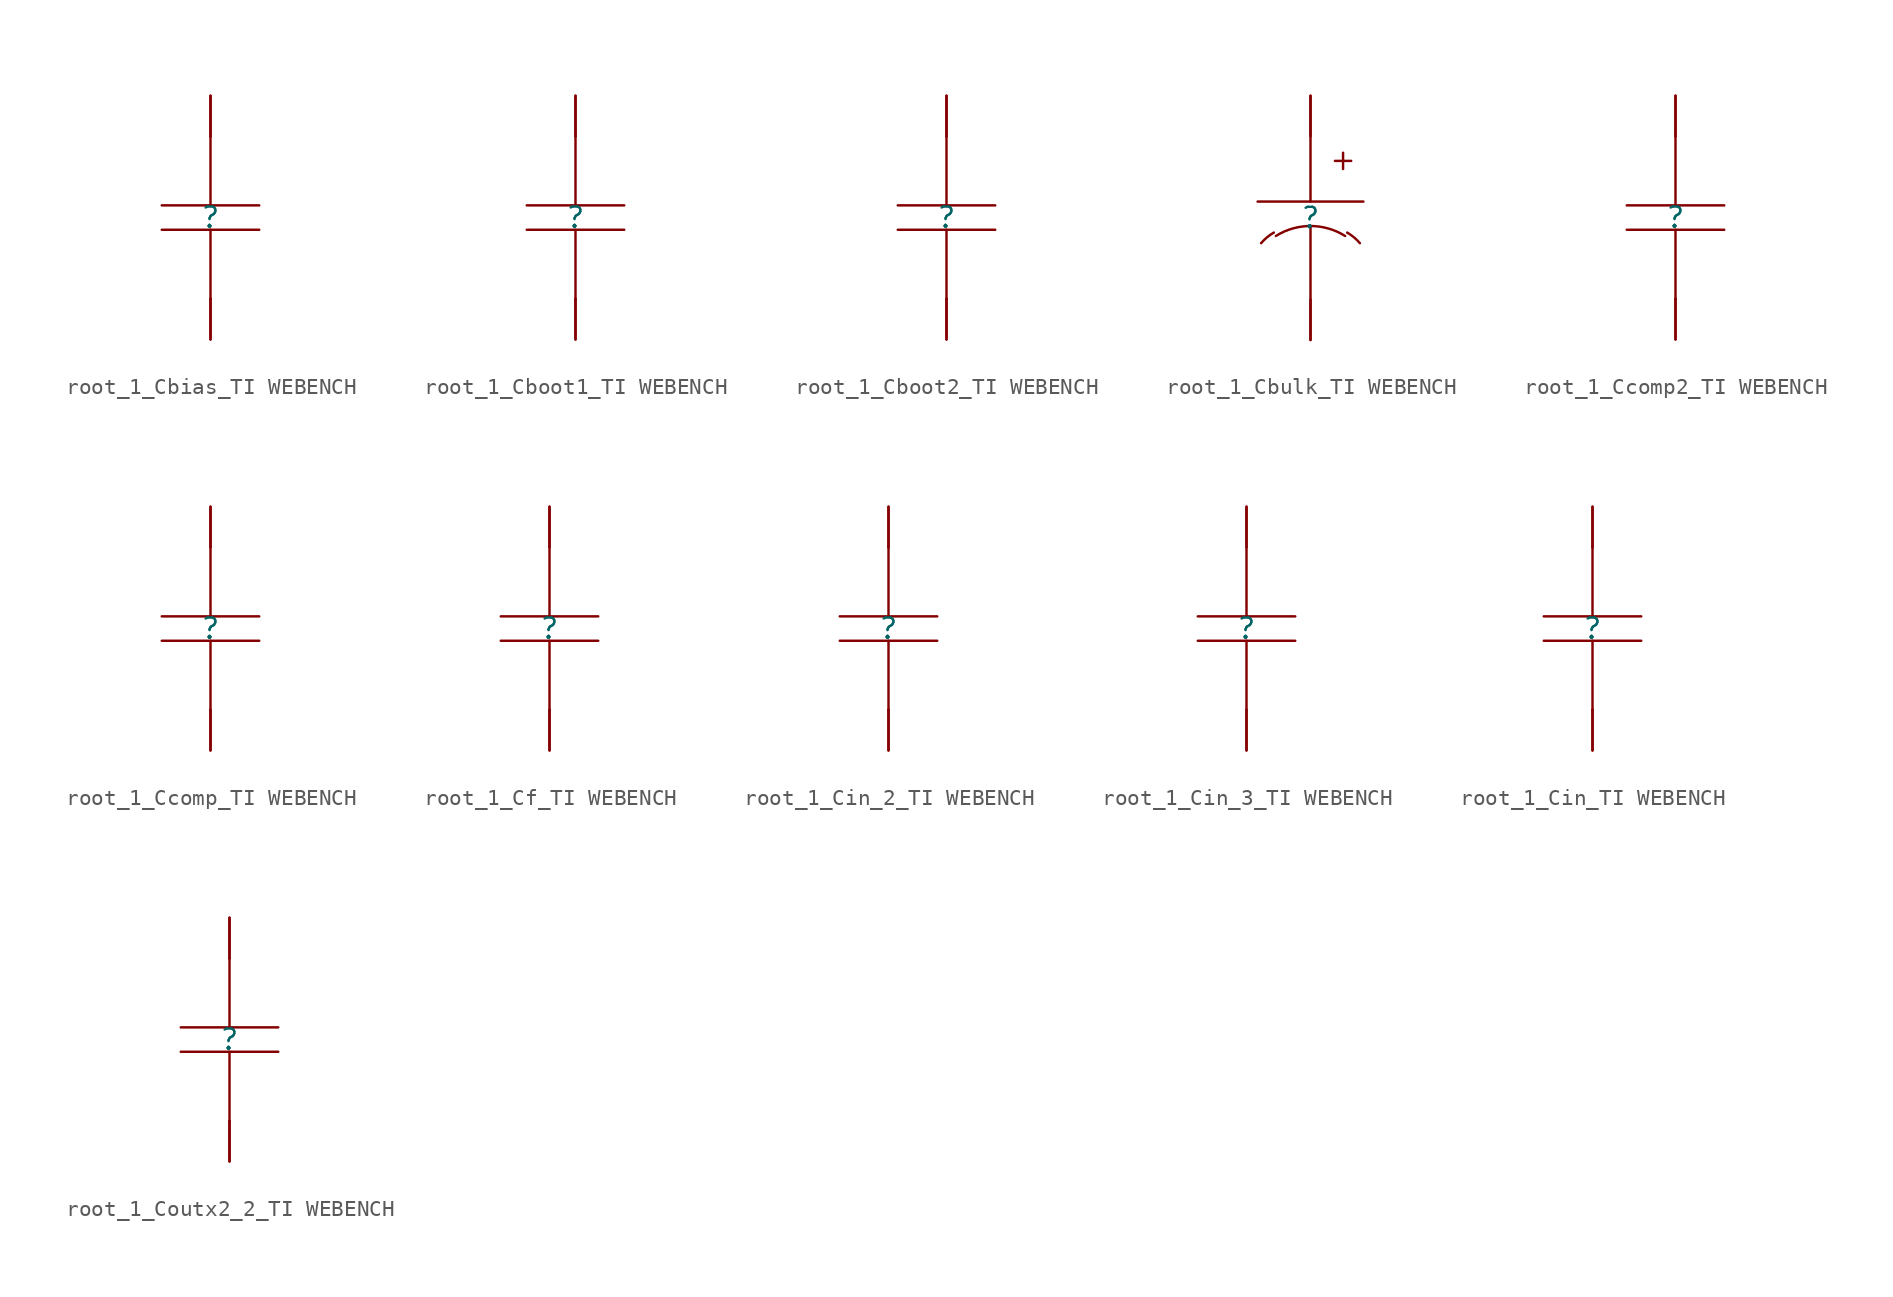
<source format=kicad_sym>
(kicad_symbol_lib
  (version 20241209)
  (generator "kicad_symbol_editor")
  (generator_version "9.0")
  (symbol "root_1_Cbias_TI WEBENCH"
    (pin_numbers
      (hide yes))
    (pin_names
      (hide yes))
    (property "Reference" ""
      (at 0 0 0)
      (effects (font (size 1.27 1.27))))
    (property "Value" ""
      (at 0 0 0)
      (effects (font (size 1.27 1.27))))
    (symbol "root_1_Cbias_TI WEBENCH_1_0"
      (polyline (pts (xy 0 7.62) (xy 0 5.08)) (stroke (width 0) (type solid)) (fill (type none)))
      (polyline (pts (xy 0 0.762) (xy 0 5.08)) (stroke (width 0) (type solid)) (fill (type none)))
      (polyline (pts (xy 0 -5.08) (xy 0 -0.762)) (stroke (width 0) (type solid)) (fill (type none)))
      (polyline (pts (xy 0 -7.62) (xy 0 -5.08)) (stroke (width 0) (type solid)) (fill (type none)))
      (polyline (pts (xy 3.048 0.762) (xy -3.048 0.762)) (stroke (width 0) (type solid)) (fill (type none)))
      (polyline (pts (xy 3.048 -0.762) (xy -3.048 -0.762)) (stroke (width 0) (type solid)) (fill (type none)))
      (pin passive line (at 0 7.62 270) (length 2.54) (name "1" (effects (font (size 1.27 1.27)))) (number "1" (effects (font (size 1.27 1.27)))))
      (pin passive line (at 0 -7.62 90) (length 2.54) (name "2" (effects (font (size 1.27 1.27)))) (number "2" (effects (font (size 1.27 1.27)))))))
  (symbol "root_1_Cboot1_TI WEBENCH"
    (pin_numbers
      (hide yes))
    (pin_names
      (hide yes))
    (property "Reference" ""
      (at 0 0 0)
      (effects (font (size 1.27 1.27))))
    (property "Value" ""
      (at 0 0 0)
      (effects (font (size 1.27 1.27))))
    (symbol "root_1_Cboot1_TI WEBENCH_1_0"
      (polyline (pts (xy 0 7.62) (xy 0 5.08)) (stroke (width 0) (type solid)) (fill (type none)))
      (polyline (pts (xy 0 0.762) (xy 0 5.08)) (stroke (width 0) (type solid)) (fill (type none)))
      (polyline (pts (xy 0 -5.08) (xy 0 -0.762)) (stroke (width 0) (type solid)) (fill (type none)))
      (polyline (pts (xy 0 -7.62) (xy 0 -5.08)) (stroke (width 0) (type solid)) (fill (type none)))
      (polyline (pts (xy 3.048 0.762) (xy -3.048 0.762)) (stroke (width 0) (type solid)) (fill (type none)))
      (polyline (pts (xy 3.048 -0.762) (xy -3.048 -0.762)) (stroke (width 0) (type solid)) (fill (type none)))
      (pin passive line (at 0 7.62 270) (length 2.54) (name "1" (effects (font (size 1.27 1.27)))) (number "1" (effects (font (size 1.27 1.27)))))
      (pin passive line (at 0 -7.62 90) (length 2.54) (name "2" (effects (font (size 1.27 1.27)))) (number "2" (effects (font (size 1.27 1.27)))))))
  (symbol "root_1_Cboot2_TI WEBENCH"
    (pin_numbers
      (hide yes))
    (pin_names
      (hide yes))
    (property "Reference" ""
      (at 0 0 0)
      (effects (font (size 1.27 1.27))))
    (property "Value" ""
      (at 0 0 0)
      (effects (font (size 1.27 1.27))))
    (symbol "root_1_Cboot2_TI WEBENCH_1_0"
      (polyline (pts (xy 0 7.62) (xy 0 5.08)) (stroke (width 0) (type solid)) (fill (type none)))
      (polyline (pts (xy 0 0.762) (xy 0 5.08)) (stroke (width 0) (type solid)) (fill (type none)))
      (polyline (pts (xy 0 -5.08) (xy 0 -0.762)) (stroke (width 0) (type solid)) (fill (type none)))
      (polyline (pts (xy 0 -7.62) (xy 0 -5.08)) (stroke (width 0) (type solid)) (fill (type none)))
      (polyline (pts (xy 3.048 0.762) (xy -3.048 0.762)) (stroke (width 0) (type solid)) (fill (type none)))
      (polyline (pts (xy 3.048 -0.762) (xy -3.048 -0.762)) (stroke (width 0) (type solid)) (fill (type none)))
      (pin passive line (at 0 7.62 270) (length 2.54) (name "1" (effects (font (size 1.27 1.27)))) (number "1" (effects (font (size 1.27 1.27)))))
      (pin passive line (at 0 -7.62 90) (length 2.54) (name "2" (effects (font (size 1.27 1.27)))) (number "2" (effects (font (size 1.27 1.27)))))))
  (symbol "root_1_Cbulk_TI WEBENCH"
    (pin_numbers
      (hide yes))
    (pin_names
      (hide yes))
    (property "Reference" ""
      (at 0 0 0)
      (effects (font (size 1.27 1.27))))
    (property "Value" ""
      (at 0 0 0)
      (effects (font (size 1.27 1.27))))
    (symbol "root_1_Cbulk_TI WEBENCH_1_0"
      (arc (start -3.0825 -1.5797) (mid -2.7133 -1.2144) (end -2.2874 -0.9172) (stroke (width 0) (type solid)) (fill (type none)))
      (polyline (pts (xy 0 1.016) (xy 0 7.62)) (stroke (width 0) (type solid)) (fill (type none)))
      (arc (start -2.1608 -1.1301) (mid -1.0877 -0.6563) (end 0.076 -0.5087) (stroke (width 0) (type solid)) (fill (type none)))
      (arc (start -0.076 -0.5087) (mid 1.0877 -0.6563) (end 2.1608 -1.1301) (stroke (width 0) (type solid)) (fill (type none)))
      (polyline (pts (xy 0 -7.62) (xy 0 -0.508)) (stroke (width 0) (type solid)) (fill (type none)))
      (arc (start 2.2874 -0.9172) (mid 2.7133 -1.2145) (end 3.0825 -1.5797) (stroke (width 0) (type solid)) (fill (type none)))
      (polyline (pts (xy 2.032 3.048) (xy 2.032 4.064)) (stroke (width 0) (type solid)) (fill (type none)))
      (polyline (pts (xy 2.54 3.556) (xy 1.524 3.556)) (stroke (width 0) (type solid)) (fill (type none)))
      (polyline (pts (xy 3.302 1.016) (xy -3.302 1.016)) (stroke (width 0) (type solid)) (fill (type none)))
      (pin passive line (at 0 7.62 270) (length 2.54) (name "+" (effects (font (size 1.27 1.27)))) (number "1" (effects (font (size 1.27 1.27)))))
      (pin passive line (at 0 -7.62 90) (length 2.54) (name "-" (effects (font (size 1.27 1.27)))) (number "2" (effects (font (size 1.27 1.27)))))))
  (symbol "root_1_Ccomp2_TI WEBENCH"
    (pin_numbers
      (hide yes))
    (pin_names
      (hide yes))
    (property "Reference" ""
      (at 0 0 0)
      (effects (font (size 1.27 1.27))))
    (property "Value" ""
      (at 0 0 0)
      (effects (font (size 1.27 1.27))))
    (symbol "root_1_Ccomp2_TI WEBENCH_1_0"
      (polyline (pts (xy 0 7.62) (xy 0 5.08)) (stroke (width 0) (type solid)) (fill (type none)))
      (polyline (pts (xy 0 0.762) (xy 0 5.08)) (stroke (width 0) (type solid)) (fill (type none)))
      (polyline (pts (xy 0 -5.08) (xy 0 -0.762)) (stroke (width 0) (type solid)) (fill (type none)))
      (polyline (pts (xy 0 -7.62) (xy 0 -5.08)) (stroke (width 0) (type solid)) (fill (type none)))
      (polyline (pts (xy 3.048 0.762) (xy -3.048 0.762)) (stroke (width 0) (type solid)) (fill (type none)))
      (polyline (pts (xy 3.048 -0.762) (xy -3.048 -0.762)) (stroke (width 0) (type solid)) (fill (type none)))
      (pin passive line (at 0 7.62 270) (length 2.54) (name "1" (effects (font (size 1.27 1.27)))) (number "1" (effects (font (size 1.27 1.27)))))
      (pin passive line (at 0 -7.62 90) (length 2.54) (name "2" (effects (font (size 1.27 1.27)))) (number "2" (effects (font (size 1.27 1.27)))))))
  (symbol "root_1_Ccomp_TI WEBENCH"
    (pin_numbers
      (hide yes))
    (pin_names
      (hide yes))
    (property "Reference" ""
      (at 0 0 0)
      (effects (font (size 1.27 1.27))))
    (property "Value" ""
      (at 0 0 0)
      (effects (font (size 1.27 1.27))))
    (symbol "root_1_Ccomp_TI WEBENCH_1_0"
      (polyline (pts (xy 0 7.62) (xy 0 5.08)) (stroke (width 0) (type solid)) (fill (type none)))
      (polyline (pts (xy 0 0.762) (xy 0 5.08)) (stroke (width 0) (type solid)) (fill (type none)))
      (polyline (pts (xy 0 -5.08) (xy 0 -0.762)) (stroke (width 0) (type solid)) (fill (type none)))
      (polyline (pts (xy 0 -7.62) (xy 0 -5.08)) (stroke (width 0) (type solid)) (fill (type none)))
      (polyline (pts (xy 3.048 0.762) (xy -3.048 0.762)) (stroke (width 0) (type solid)) (fill (type none)))
      (polyline (pts (xy 3.048 -0.762) (xy -3.048 -0.762)) (stroke (width 0) (type solid)) (fill (type none)))
      (pin passive line (at 0 7.62 270) (length 2.54) (name "1" (effects (font (size 1.27 1.27)))) (number "1" (effects (font (size 1.27 1.27)))))
      (pin passive line (at 0 -7.62 90) (length 2.54) (name "2" (effects (font (size 1.27 1.27)))) (number "2" (effects (font (size 1.27 1.27)))))))
  (symbol "root_1_Cf_TI WEBENCH"
    (pin_numbers
      (hide yes))
    (pin_names
      (hide yes))
    (property "Reference" ""
      (at 0 0 0)
      (effects (font (size 1.27 1.27))))
    (property "Value" ""
      (at 0 0 0)
      (effects (font (size 1.27 1.27))))
    (symbol "root_1_Cf_TI WEBENCH_1_0"
      (polyline (pts (xy 0 7.62) (xy 0 5.08)) (stroke (width 0) (type solid)) (fill (type none)))
      (polyline (pts (xy 0 0.762) (xy 0 5.08)) (stroke (width 0) (type solid)) (fill (type none)))
      (polyline (pts (xy 0 -5.08) (xy 0 -0.762)) (stroke (width 0) (type solid)) (fill (type none)))
      (polyline (pts (xy 0 -7.62) (xy 0 -5.08)) (stroke (width 0) (type solid)) (fill (type none)))
      (polyline (pts (xy 3.048 0.762) (xy -3.048 0.762)) (stroke (width 0) (type solid)) (fill (type none)))
      (polyline (pts (xy 3.048 -0.762) (xy -3.048 -0.762)) (stroke (width 0) (type solid)) (fill (type none)))
      (pin passive line (at 0 7.62 270) (length 2.54) (name "1" (effects (font (size 1.27 1.27)))) (number "1" (effects (font (size 1.27 1.27)))))
      (pin passive line (at 0 -7.62 90) (length 2.54) (name "2" (effects (font (size 1.27 1.27)))) (number "2" (effects (font (size 1.27 1.27)))))))
  (symbol "root_1_Cin_2_TI WEBENCH"
    (pin_numbers
      (hide yes))
    (pin_names
      (hide yes))
    (property "Reference" ""
      (at 0 0 0)
      (effects (font (size 1.27 1.27))))
    (property "Value" ""
      (at 0 0 0)
      (effects (font (size 1.27 1.27))))
    (symbol "root_1_Cin_2_TI WEBENCH_1_0"
      (polyline (pts (xy 0 7.62) (xy 0 5.08)) (stroke (width 0) (type solid)) (fill (type none)))
      (polyline (pts (xy 0 0.762) (xy 0 5.08)) (stroke (width 0) (type solid)) (fill (type none)))
      (polyline (pts (xy 0 -5.08) (xy 0 -0.762)) (stroke (width 0) (type solid)) (fill (type none)))
      (polyline (pts (xy 0 -7.62) (xy 0 -5.08)) (stroke (width 0) (type solid)) (fill (type none)))
      (polyline (pts (xy 3.048 0.762) (xy -3.048 0.762)) (stroke (width 0) (type solid)) (fill (type none)))
      (polyline (pts (xy 3.048 -0.762) (xy -3.048 -0.762)) (stroke (width 0) (type solid)) (fill (type none)))
      (pin passive line (at 0 7.62 270) (length 2.54) (name "1" (effects (font (size 1.27 1.27)))) (number "1" (effects (font (size 1.27 1.27)))))
      (pin passive line (at 0 -7.62 90) (length 2.54) (name "2" (effects (font (size 1.27 1.27)))) (number "2" (effects (font (size 1.27 1.27)))))))
  (symbol "root_1_Cin_3_TI WEBENCH"
    (pin_numbers
      (hide yes))
    (pin_names
      (hide yes))
    (property "Reference" ""
      (at 0 0 0)
      (effects (font (size 1.27 1.27))))
    (property "Value" ""
      (at 0 0 0)
      (effects (font (size 1.27 1.27))))
    (symbol "root_1_Cin_3_TI WEBENCH_1_0"
      (polyline (pts (xy 0 7.62) (xy 0 5.08)) (stroke (width 0) (type solid)) (fill (type none)))
      (polyline (pts (xy 0 0.762) (xy 0 5.08)) (stroke (width 0) (type solid)) (fill (type none)))
      (polyline (pts (xy 0 -5.08) (xy 0 -0.762)) (stroke (width 0) (type solid)) (fill (type none)))
      (polyline (pts (xy 0 -7.62) (xy 0 -5.08)) (stroke (width 0) (type solid)) (fill (type none)))
      (polyline (pts (xy 3.048 0.762) (xy -3.048 0.762)) (stroke (width 0) (type solid)) (fill (type none)))
      (polyline (pts (xy 3.048 -0.762) (xy -3.048 -0.762)) (stroke (width 0) (type solid)) (fill (type none)))
      (pin passive line (at 0 7.62 270) (length 2.54) (name "1" (effects (font (size 1.27 1.27)))) (number "1" (effects (font (size 1.27 1.27)))))
      (pin passive line (at 0 -7.62 90) (length 2.54) (name "2" (effects (font (size 1.27 1.27)))) (number "2" (effects (font (size 1.27 1.27)))))))
  (symbol "root_1_Cin_TI WEBENCH"
    (pin_numbers
      (hide yes))
    (pin_names
      (hide yes))
    (property "Reference" ""
      (at 0 0 0)
      (effects (font (size 1.27 1.27))))
    (property "Value" ""
      (at 0 0 0)
      (effects (font (size 1.27 1.27))))
    (symbol "root_1_Cin_TI WEBENCH_1_0"
      (polyline (pts (xy 0 7.62) (xy 0 5.08)) (stroke (width 0) (type solid)) (fill (type none)))
      (polyline (pts (xy 0 0.762) (xy 0 5.08)) (stroke (width 0) (type solid)) (fill (type none)))
      (polyline (pts (xy 0 -5.08) (xy 0 -0.762)) (stroke (width 0) (type solid)) (fill (type none)))
      (polyline (pts (xy 0 -7.62) (xy 0 -5.08)) (stroke (width 0) (type solid)) (fill (type none)))
      (polyline (pts (xy 3.048 0.762) (xy -3.048 0.762)) (stroke (width 0) (type solid)) (fill (type none)))
      (polyline (pts (xy 3.048 -0.762) (xy -3.048 -0.762)) (stroke (width 0) (type solid)) (fill (type none)))
      (pin passive line (at 0 7.62 270) (length 2.54) (name "1" (effects (font (size 1.27 1.27)))) (number "1" (effects (font (size 1.27 1.27)))))
      (pin passive line (at 0 -7.62 90) (length 2.54) (name "2" (effects (font (size 1.27 1.27)))) (number "2" (effects (font (size 1.27 1.27)))))))
  (symbol "root_1_Coutx2_2_TI WEBENCH"
    (pin_numbers
      (hide yes))
    (pin_names
      (hide yes))
    (property "Reference" ""
      (at 0 0 0)
      (effects (font (size 1.27 1.27))))
    (property "Value" ""
      (at 0 0 0)
      (effects (font (size 1.27 1.27))))
    (symbol "root_1_Coutx2_2_TI WEBENCH_1_0"
      (polyline (pts (xy 0 7.62) (xy 0 5.08)) (stroke (width 0) (type solid)) (fill (type none)))
      (polyline (pts (xy 0 0.762) (xy 0 5.08)) (stroke (width 0) (type solid)) (fill (type none)))
      (polyline (pts (xy 0 -5.08) (xy 0 -0.762)) (stroke (width 0) (type solid)) (fill (type none)))
      (polyline (pts (xy 0 -7.62) (xy 0 -5.08)) (stroke (width 0) (type solid)) (fill (type none)))
      (polyline (pts (xy 3.048 0.762) (xy -3.048 0.762)) (stroke (width 0) (type solid)) (fill (type none)))
      (polyline (pts (xy 3.048 -0.762) (xy -3.048 -0.762)) (stroke (width 0) (type solid)) (fill (type none)))
      (pin passive line (at 0 7.62 270) (length 2.54) (name "1" (effects (font (size 1.27 1.27)))) (number "1" (effects (font (size 1.27 1.27)))))
      (pin passive line (at 0 -7.62 90) (length 2.54) (name "2" (effects (font (size 1.27 1.27)))) (number "2" (effects (font (size 1.27 1.27))))))))
</source>
